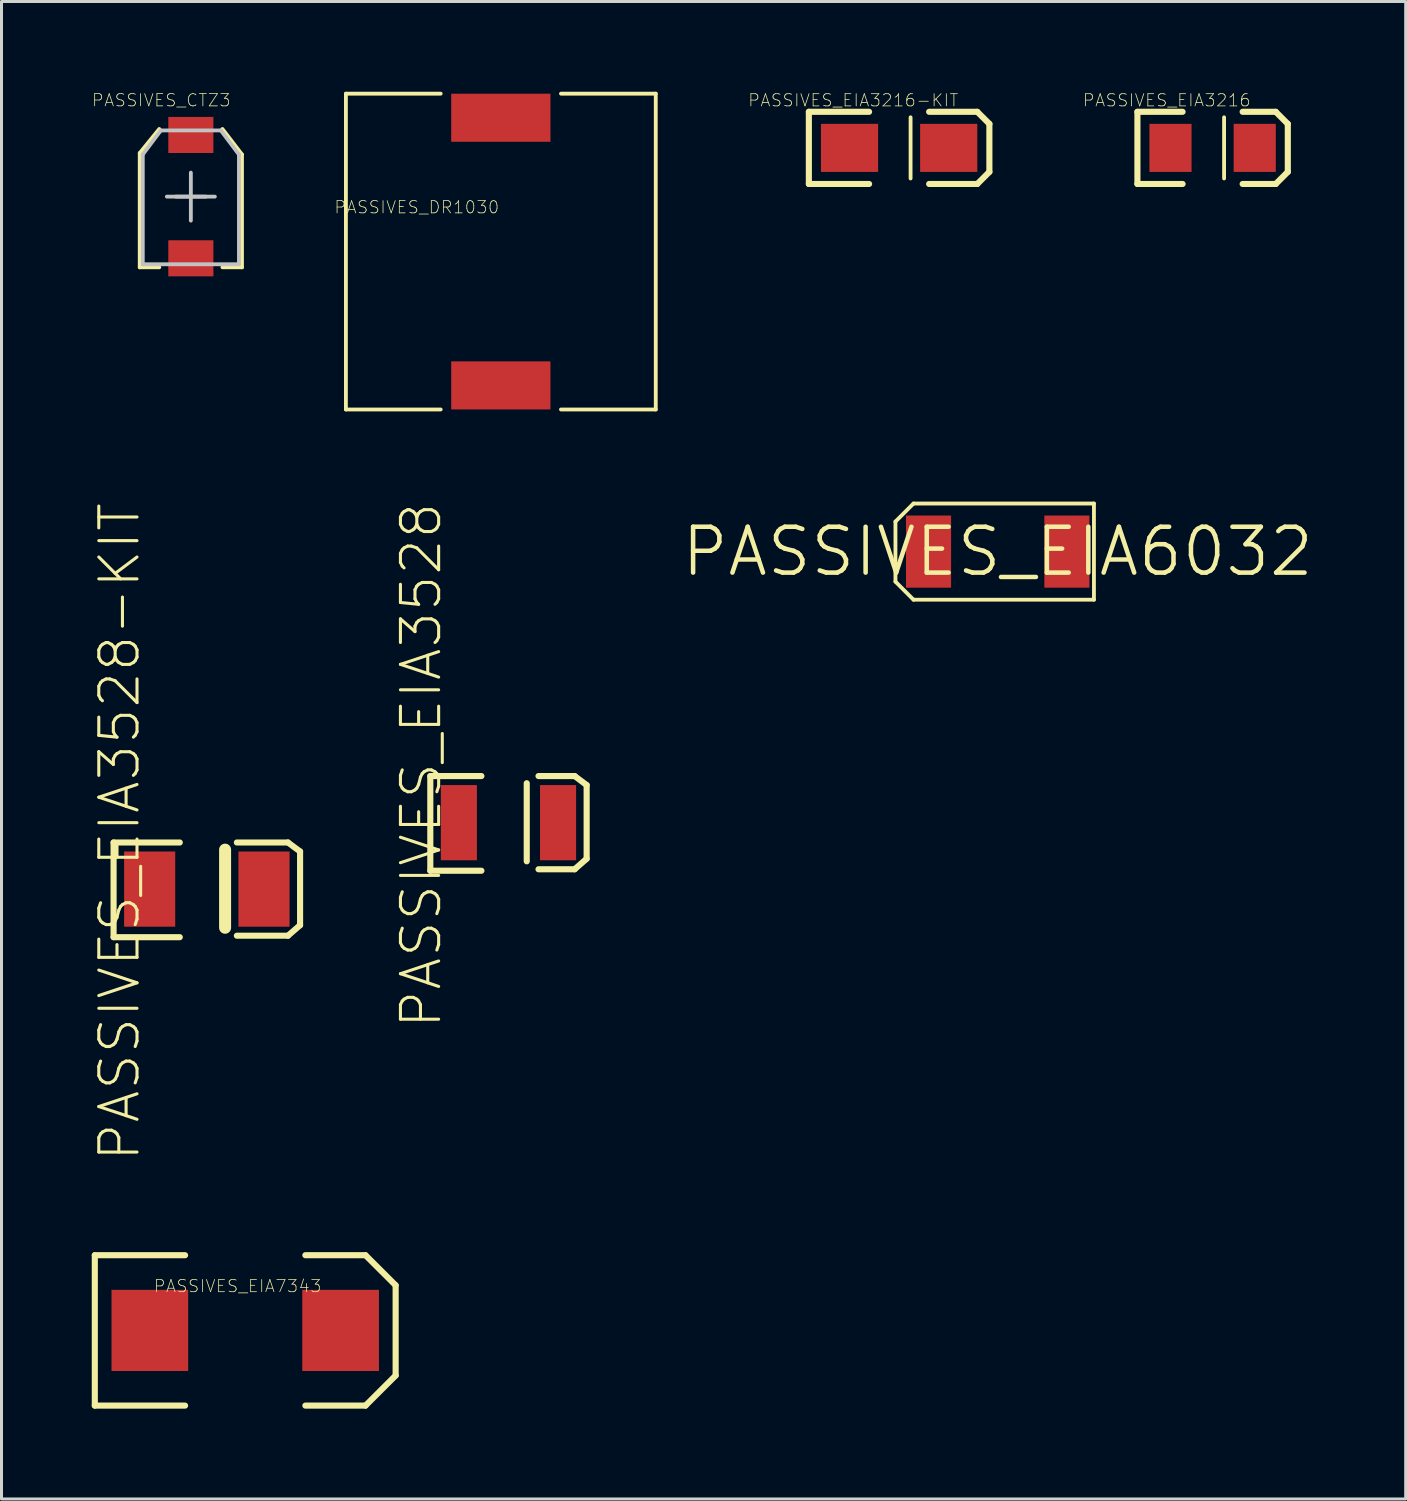
<source format=kicad_pcb>
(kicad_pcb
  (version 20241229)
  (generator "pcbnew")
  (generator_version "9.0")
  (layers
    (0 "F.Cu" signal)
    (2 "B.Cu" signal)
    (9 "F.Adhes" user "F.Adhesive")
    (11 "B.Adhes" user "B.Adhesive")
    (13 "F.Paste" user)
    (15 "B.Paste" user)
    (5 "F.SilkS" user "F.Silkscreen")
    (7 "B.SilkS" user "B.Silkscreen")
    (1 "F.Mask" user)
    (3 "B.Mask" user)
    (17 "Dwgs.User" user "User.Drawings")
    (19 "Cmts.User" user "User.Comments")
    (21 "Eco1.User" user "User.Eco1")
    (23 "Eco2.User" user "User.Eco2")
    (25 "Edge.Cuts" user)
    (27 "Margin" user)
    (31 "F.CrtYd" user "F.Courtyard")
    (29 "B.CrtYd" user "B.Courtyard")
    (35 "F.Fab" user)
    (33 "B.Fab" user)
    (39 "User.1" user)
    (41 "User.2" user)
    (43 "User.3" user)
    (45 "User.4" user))
  (footprint "PASSIVES_EIA3528-KIT"
    (layer "F.Cu")
    (at 3.824 26.499)
    (property "Reference" "PASSIVES_EIA3528-KIT" (at -2.903 -1.905 90) (layer "F.SilkS") (effects (font (size 1.27 1.27) (thickness 0.102))))
    (attr smd)
    (fp_line (start -3.099 -1.549) (end -0.899 -1.549) (stroke (width 0.203) (type solid)) (layer "F.SilkS"))
    (fp_line (start -3.099 1.598) (end -3.099 -1.549) (stroke (width 0.203) (type solid)) (layer "F.SilkS"))
    (fp_line (start -0.899 1.598) (end -3.099 1.598) (stroke (width 0.203) (type solid)) (layer "F.SilkS"))
    (fp_line (start 0.607 -1.311) (end 0.607 1.285) (stroke (width 0.399) (type solid)) (layer "F.SilkS"))
    (fp_line (start 0.998 1.549) (end 2.697 1.549) (stroke (width 0.203) (type solid)) (layer "F.SilkS"))
    (fp_line (start 2.697 -1.549) (end 0.998 -1.549) (stroke (width 0.203) (type solid)) (layer "F.SilkS"))
    (fp_line (start 2.697 1.549) (end 3.099 1.199) (stroke (width 0.203) (type solid)) (layer "F.SilkS"))
    (fp_line (start 3.099 -1.25) (end 2.697 -1.549) (stroke (width 0.203) (type solid)) (layer "F.SilkS"))
    (fp_line (start 3.099 1.199) (end 3.099 -1.25) (stroke (width 0.203) (type solid)) (layer "F.SilkS"))
    (pad "A" smd rect (at 1.9 0) (size 1.699 2.499) (layers "F.Cu" "F.Mask" "F.Paste"))
    (pad "C" smd rect (at -1.9 0) (size 1.699 2.499) (layers "F.Cu" "F.Mask" "F.Paste")))
  (footprint "PASSIVES_EIA6032"
    (layer "F.Cu")
    (at 30.109 15.283)
    (property "Reference" "PASSIVES_EIA6032" (at 0 0 0) (layer "F.SilkS") (effects (font (size 1.524 1.524) (thickness 0.15))))
    (attr smd)
    (fp_line (start -3.399 -0.998) (end -3.399 0.998) (stroke (width 0.127) (type solid)) (layer "F.SilkS"))
    (fp_line (start -2.799 -1.598) (end -3.399 -0.998) (stroke (width 0.127) (type solid)) (layer "F.SilkS"))
    (fp_line (start -2.799 1.598) (end -3.399 0.998) (stroke (width 0.127) (type solid)) (layer "F.SilkS"))
    (fp_line (start -2.799 1.598) (end 3.198 1.598) (stroke (width 0.127) (type solid)) (layer "F.SilkS"))
    (fp_line (start 3.198 -1.598) (end -2.799 -1.598) (stroke (width 0.127) (type solid)) (layer "F.SilkS"))
    (fp_line (start 3.198 1.598) (end 3.198 -1.598) (stroke (width 0.127) (type solid)) (layer "F.SilkS"))
    (pad "P$1" smd rect (at -2.299 0) (size 1.499 2.398) (layers "F.Cu" "F.Mask" "F.Paste"))
    (pad "P$2" smd rect (at 2.299 0) (size 1.499 2.398) (layers "F.Cu" "F.Mask" "F.Paste")))
  (footprint "PASSIVES_EIA3216"
    (layer "F.Cu")
    (at 37.251 1.865)
    (property "Reference" "PASSIVES_EIA3216" (at -1.524 -1.582 0) (layer "F.SilkS") (effects (font (size 0.406 0.406) (thickness 0.025))))
    (attr smd)
    (fp_line (start -2.499 -1.199) (end -0.998 -1.199) (stroke (width 0.203) (type solid)) (layer "F.SilkS"))
    (fp_line (start -2.499 1.199) (end -2.499 -1.199) (stroke (width 0.203) (type solid)) (layer "F.SilkS"))
    (fp_line (start -0.998 1.199) (end -2.499 1.199) (stroke (width 0.203) (type solid)) (layer "F.SilkS"))
    (fp_line (start 0.381 -1.016) (end 0.381 1.016) (stroke (width 0.127) (type solid)) (layer "F.SilkS"))
    (fp_line (start 0.998 1.199) (end 2.098 1.199) (stroke (width 0.203) (type solid)) (layer "F.SilkS"))
    (fp_line (start 2.098 -1.199) (end 0.998 -1.199) (stroke (width 0.203) (type solid)) (layer "F.SilkS"))
    (fp_line (start 2.098 1.199) (end 2.499 0.798) (stroke (width 0.203) (type solid)) (layer "F.SilkS"))
    (fp_line (start 2.499 -0.798) (end 2.098 -1.199) (stroke (width 0.203) (type solid)) (layer "F.SilkS"))
    (fp_line (start 2.499 0.798) (end 2.499 -0.798) (stroke (width 0.203) (type solid)) (layer "F.SilkS"))
    (pad "A" smd rect (at 1.4 0 90) (size 1.598 1.4) (layers "F.Cu" "F.Mask" "F.Paste"))
    (pad "C" smd rect (at -1.4 0 90) (size 1.598 1.4) (layers "F.Cu" "F.Mask" "F.Paste")))
  (footprint "PASSIVES_EIA3528"
    (layer "F.Cu")
    (at 13.849 24.291)
    (property "Reference" "PASSIVES_EIA3528" (at -2.903 -1.905 90) (layer "F.SilkS") (effects (font (size 1.27 1.27) (thickness 0.102))))
    (attr smd)
    (fp_line (start -2.598 -1.549) (end -0.899 -1.549) (stroke (width 0.203) (type solid)) (layer "F.SilkS"))
    (fp_line (start -2.598 1.598) (end -2.598 -1.549) (stroke (width 0.203) (type solid)) (layer "F.SilkS"))
    (fp_line (start -0.899 1.598) (end -2.598 1.598) (stroke (width 0.203) (type solid)) (layer "F.SilkS"))
    (fp_line (start 0.607 -1.311) (end 0.607 1.285) (stroke (width 0.203) (type solid)) (layer "F.SilkS"))
    (fp_line (start 0.998 1.549) (end 2.2 1.549) (stroke (width 0.203) (type solid)) (layer "F.SilkS"))
    (fp_line (start 2.2 -1.549) (end 0.998 -1.549) (stroke (width 0.203) (type solid)) (layer "F.SilkS"))
    (fp_line (start 2.2 1.549) (end 2.598 1.199) (stroke (width 0.203) (type solid)) (layer "F.SilkS"))
    (fp_line (start 2.598 -1.25) (end 2.2 -1.549) (stroke (width 0.203) (type solid)) (layer "F.SilkS"))
    (fp_line (start 2.598 1.199) (end 2.598 -1.25) (stroke (width 0.203) (type solid)) (layer "F.SilkS"))
    (pad "A" smd rect (at 1.648 0 90) (size 2.499 1.199) (layers "F.Cu" "F.Mask" "F.Paste"))
    (pad "C" smd rect (at -1.648 0 90) (size 2.499 1.199) (layers "F.Cu" "F.Mask" "F.Paste")))
  (footprint "PASSIVES_CTZ3"
    (layer "F.Cu")
    (at 3.293 3.485)
    (property "Reference" "PASSIVES_CTZ3" (at -0.983 -3.203 0) (layer "F.SilkS") (effects (font (size 0.406 0.406) (thickness 0.025))))
    (attr smd)
    (fp_line (start -1.699 -1.448) (end -1.699 2.349) (stroke (width 0.127) (type solid)) (layer "F.SilkS"))
    (fp_line (start -1.699 2.349) (end -1.049 2.349) (stroke (width 0.127) (type solid)) (layer "F.SilkS"))
    (fp_line (start -1.049 -2.248) (end -1.699 -1.448) (stroke (width 0.127) (type solid)) (layer "F.SilkS"))
    (fp_line (start 1.049 -2.248) (end 1.699 -1.4) (stroke (width 0.127) (type solid)) (layer "F.SilkS"))
    (fp_line (start 1.699 -1.4) (end 1.699 2.349) (stroke (width 0.127) (type solid)) (layer "F.SilkS"))
    (fp_line (start 1.699 2.349) (end 1.049 2.349) (stroke (width 0.127) (type solid)) (layer "F.SilkS"))
    (fp_line (start -1.598 -1.4) (end -1.598 2.248) (stroke (width 0.127) (type solid)) (layer "Dwgs.User"))
    (fp_line (start -1.598 -1.4) (end -0.998 -2.2) (stroke (width 0.127) (type solid)) (layer "Dwgs.User"))
    (fp_line (start -1.598 2.248) (end 1.598 2.248) (stroke (width 0.127) (type solid)) (layer "Dwgs.User"))
    (fp_line (start -0.998 -2.2) (end 0.998 -2.2) (stroke (width 0.127) (type solid)) (layer "Dwgs.User"))
    (fp_line (start -0.798 0) (end 0.798 0) (stroke (width 0.127) (type solid)) (layer "Dwgs.User"))
    (fp_line (start -0.498 0) (end 0.498 0) (stroke (width 0.127) (type solid)) (layer "Dwgs.User"))
    (fp_line (start 0 -0.798) (end 0 0.798) (stroke (width 0.127) (type solid)) (layer "Dwgs.User"))
    (fp_line (start 1.598 -1.4) (end 0.998 -2.2) (stroke (width 0.127) (type solid)) (layer "Dwgs.User"))
    (fp_line (start 1.598 -1.4) (end 1.598 2.248) (stroke (width 0.127) (type solid)) (layer "Dwgs.User"))
    (pad "+" smd rect (at 0 -2.05) (size 1.499 1.199) (layers "F.Cu" "F.Mask" "F.Paste"))
    (pad "-" smd rect (at 0 2.05) (size 1.499 1.199) (layers "F.Cu" "F.Mask" "F.Paste")))
  (footprint "PASSIVES_DR1030"
    (layer "F.Cu")
    (at 13.595 5.311)
    (property "Reference" "PASSIVES_DR1030" (at -2.794 -1.473 0) (layer "F.SilkS") (effects (font (size 0.406 0.406) (thickness 0.025))))
    (attr smd)
    (fp_line (start -5.149 -5.248) (end -1.999 -5.248) (stroke (width 0.127) (type solid)) (layer "F.SilkS"))
    (fp_line (start -5.149 5.248) (end -5.149 -5.248) (stroke (width 0.127) (type solid)) (layer "F.SilkS"))
    (fp_line (start -5.149 5.248) (end -1.999 5.248) (stroke (width 0.127) (type solid)) (layer "F.SilkS"))
    (fp_line (start 5.149 -5.248) (end 1.999 -5.248) (stroke (width 0.127) (type solid)) (layer "F.SilkS"))
    (fp_line (start 5.149 -5.248) (end 5.149 5.248) (stroke (width 0.127) (type solid)) (layer "F.SilkS"))
    (fp_line (start 5.149 5.248) (end 1.999 5.248) (stroke (width 0.127) (type solid)) (layer "F.SilkS"))
    (pad "1" smd rect (at 0 -4.448) (size 3.299 1.598) (layers "F.Cu" "F.Mask" "F.Paste"))
    (pad "2" smd rect (at 0 4.448) (size 3.299 1.598) (layers "F.Cu" "F.Mask" "F.Paste")))
  (footprint "PASSIVES_EIA7343"
    (layer "F.Cu")
    (at 5.1 41.166)
    (property "Reference" "PASSIVES_EIA7343" (at -0.254 -1.473 0) (layer "F.SilkS") (effects (font (size 0.406 0.406) (thickness 0.025))))
    (attr smd)
    (fp_line (start -4.999 -2.499) (end -4.999 2.499) (stroke (width 0.203) (type solid)) (layer "F.SilkS"))
    (fp_line (start -4.999 -2.499) (end -1.999 -2.499) (stroke (width 0.203) (type solid)) (layer "F.SilkS"))
    (fp_line (start -4.999 2.499) (end -1.999 2.499) (stroke (width 0.203) (type solid)) (layer "F.SilkS"))
    (fp_line (start 1.999 -2.499) (end 3.998 -2.499) (stroke (width 0.203) (type solid)) (layer "F.SilkS"))
    (fp_line (start 3.998 -2.499) (end 4.999 -1.499) (stroke (width 0.203) (type solid)) (layer "F.SilkS"))
    (fp_line (start 3.998 2.499) (end 1.999 2.499) (stroke (width 0.203) (type solid)) (layer "F.SilkS"))
    (fp_line (start 4.999 -1.499) (end 4.999 1.499) (stroke (width 0.203) (type solid)) (layer "F.SilkS"))
    (fp_line (start 4.999 1.499) (end 3.998 2.499) (stroke (width 0.203) (type solid)) (layer "F.SilkS"))
    (pad "A" smd rect (at 3.17 0 180) (size 2.548 2.697) (layers "F.Cu" "F.Mask" "F.Paste"))
    (pad "C" smd rect (at -3.17 0 180) (size 2.548 2.697) (layers "F.Cu" "F.Mask" "F.Paste")))
  (footprint "PASSIVES_EIA3216-KIT"
    (layer "F.Cu")
    (at 26.832 1.865)
    (property "Reference" "PASSIVES_EIA3216-KIT" (at -1.524 -1.582 0) (layer "F.SilkS") (effects (font (size 0.406 0.406) (thickness 0.025))))
    (attr smd)
    (fp_line (start -3 -1.199) (end -0.998 -1.199) (stroke (width 0.203) (type solid)) (layer "F.SilkS"))
    (fp_line (start -3 1.199) (end -3 -1.199) (stroke (width 0.203) (type solid)) (layer "F.SilkS"))
    (fp_line (start -0.998 1.199) (end -3 1.199) (stroke (width 0.203) (type solid)) (layer "F.SilkS"))
    (fp_line (start 0.381 -1.016) (end 0.381 1.016) (stroke (width 0.127) (type solid)) (layer "F.SilkS"))
    (fp_line (start 0.998 1.199) (end 2.598 1.199) (stroke (width 0.203) (type solid)) (layer "F.SilkS"))
    (fp_line (start 2.598 -1.199) (end 0.998 -1.199) (stroke (width 0.203) (type solid)) (layer "F.SilkS"))
    (fp_line (start 2.598 1.199) (end 3 0.798) (stroke (width 0.203) (type solid)) (layer "F.SilkS"))
    (fp_line (start 3 -0.798) (end 2.598 -1.199) (stroke (width 0.203) (type solid)) (layer "F.SilkS"))
    (fp_line (start 3 0.798) (end 3 -0.798) (stroke (width 0.203) (type solid)) (layer "F.SilkS"))
    (pad "A" smd rect (at 1.648 0) (size 1.9 1.598) (layers "F.Cu" "F.Mask" "F.Paste"))
    (pad "C" smd rect (at -1.648 0) (size 1.9 1.598) (layers "F.Cu" "F.Mask" "F.Paste")))
  (gr_rect
    (start -3 -3)
    (end 43.668 46.767)
    (stroke (width 0.1) (type default))
    (fill no)
    (layer "Edge.Cuts")))
</source>
